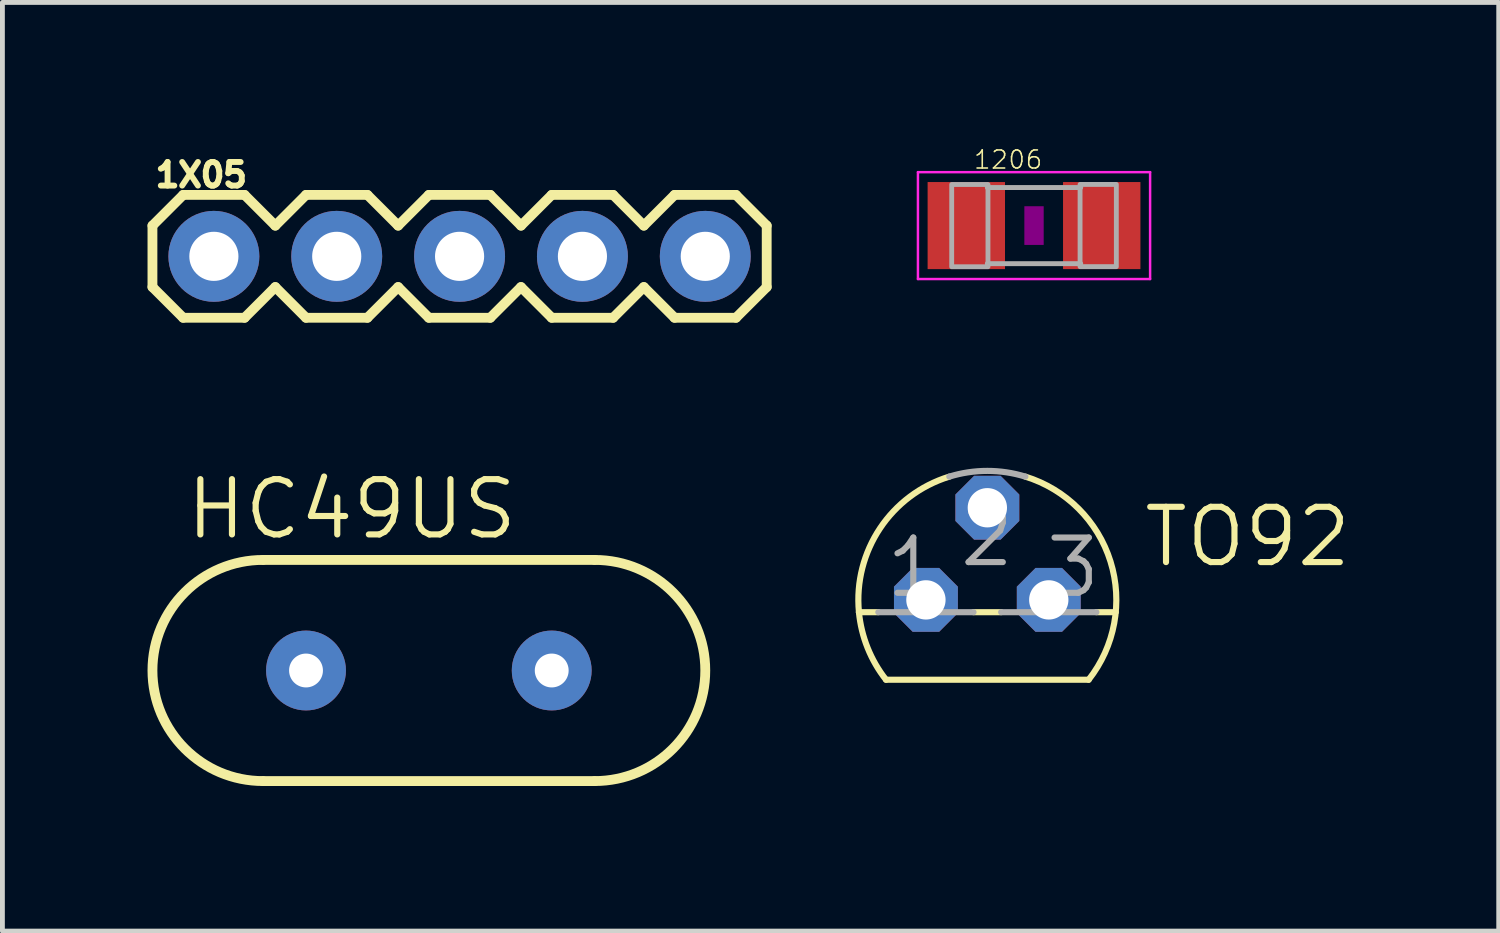
<source format=kicad_pcb>
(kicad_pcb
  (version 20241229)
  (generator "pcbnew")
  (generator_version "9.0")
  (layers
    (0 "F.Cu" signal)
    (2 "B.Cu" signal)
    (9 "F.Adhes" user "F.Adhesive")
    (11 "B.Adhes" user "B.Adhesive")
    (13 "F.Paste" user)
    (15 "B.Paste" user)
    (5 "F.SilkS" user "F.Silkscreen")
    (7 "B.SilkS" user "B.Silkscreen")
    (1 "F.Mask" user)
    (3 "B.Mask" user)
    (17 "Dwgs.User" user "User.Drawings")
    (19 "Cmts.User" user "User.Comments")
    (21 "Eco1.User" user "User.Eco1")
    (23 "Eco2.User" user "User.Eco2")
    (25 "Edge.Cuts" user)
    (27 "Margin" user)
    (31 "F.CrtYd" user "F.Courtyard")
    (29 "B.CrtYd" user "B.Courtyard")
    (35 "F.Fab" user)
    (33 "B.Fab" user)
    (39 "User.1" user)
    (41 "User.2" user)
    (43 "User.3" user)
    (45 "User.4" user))
  (footprint "TO92"
    (layer "F.Cu")
    (at 17.364 9.353)
    (property "Reference" "TO92" (at 3.175 -0.635 0) (layer "F.SilkS") (effects (font (size 1.143 1.143) (thickness 0.127)) (justify left bottom)))
    (fp_line (start -2.655 0.254) (end -2.254 0.254) (stroke (width 0.127) (type solid)) (layer "F.SilkS"))
    (fp_line (start -2.095 1.651) (end 2.095 1.651) (stroke (width 0.127) (type solid)) (layer "F.SilkS"))
    (fp_line (start -0.286 0.254) (end 0.286 0.254) (stroke (width 0.127) (type solid)) (layer "F.SilkS"))
    (fp_line (start 2.254 0.254) (end 2.655 0.254) (stroke (width 0.127) (type solid)) (layer "F.SilkS"))
    (fp_arc (start -2.6549 0.254) (mid -2.219001 -1.479566) (end -0.786299 -2.548501) (stroke (width 0.127) (type solid)) (layer "F.SilkS"))
    (fp_arc (start -2.0946 1.651) (mid -2.475347 0.992847) (end -2.654901 0.254) (stroke (width 0.127) (type solid)) (layer "F.SilkS"))
    (fp_arc (start 0.7863 -2.5484) (mid 2.546275 -0.793203) (end 2.094499 1.651) (stroke (width 0.127) (type solid)) (layer "F.SilkS"))
    (fp_line (start -2.254 0.254) (end -0.286 0.254) (stroke (width 0.127) (type solid)) (layer "F.Fab"))
    (fp_line (start 0.286 0.254) (end 2.254 0.254) (stroke (width 0.127) (type solid)) (layer "F.Fab"))
    (fp_arc (start -0.7863 -2.5485) (mid 0 -2.667043) (end 0.7863 -2.5485) (stroke (width 0.127) (type solid)) (layer "F.Fab"))
    (fp_text user "1" (at -2.159 0 0) (layer "F.Fab") (effects (font (size 1.143 1.143) (thickness 0.127)) (justify left bottom)))
    (fp_text user "2" (at -0.635 -0.635 0) (layer "F.Fab") (effects (font (size 1.143 1.143) (thickness 0.127)) (justify left bottom)))
    (fp_text user "3" (at 1.143 0 0) (layer "F.Fab") (effects (font (size 1.143 1.143) (thickness 0.127)) (justify left bottom)))
    (pad "1" thru_hole roundrect (at -1.27 0) (size 1.321 1.321) (drill 0.813) (layers "*.Cu" "*.Mask") (roundrect_rratio 0.25) (chamfer_ratio 0.293) (chamfer top_left top_right bottom_left bottom_right))
    (pad "2" thru_hole roundrect (at 0 -1.905) (size 1.321 1.321) (drill 0.813) (layers "*.Cu" "*.Mask") (roundrect_rratio 0.25) (chamfer_ratio 0.293) (chamfer top_left top_right bottom_left bottom_right))
    (pad "3" thru_hole roundrect (at 1.27 0) (size 1.321 1.321) (drill 0.813) (layers "*.Cu" "*.Mask") (roundrect_rratio 0.25) (chamfer_ratio 0.293) (chamfer top_left top_right bottom_left bottom_right)))
  (footprint "HC49US"
    (layer "F.Cu")
    (at 5.817 10.813)
    (property "Reference" "HC49US" (at -5.08 -2.667 0) (layer "F.SilkS") (effects (font (size 1.143 1.143) (thickness 0.127)) (justify left bottom)))
    (fp_line (start -3.429 2.286) (end 3.429 2.286) (stroke (width 0.203) (type solid)) (layer "F.SilkS"))
    (fp_line (start 3.429 -2.286) (end -3.429 -2.286) (stroke (width 0.203) (type solid)) (layer "F.SilkS"))
    (fp_arc (start -3.429 2.286) (mid -5.715 0) (end -3.429 -2.286) (stroke (width 0.2032) (type solid)) (layer "F.SilkS"))
    (fp_arc (start 3.429 -2.286) (mid 5.715 0) (end 3.429 2.286) (stroke (width 0.2032) (type solid)) (layer "F.SilkS"))
    (pad "1" thru_hole circle (at -2.54 0 90) (size 1.651 1.651) (drill 0.7) (layers "*.Cu" "*.Mask"))
    (pad "2" thru_hole circle (at 2.54 0 90) (size 1.651 1.651) (drill 0.7) (layers "*.Cu" "*.Mask")))
  (footprint "1X05"
    (layer "F.Cu")
    (at 1.372 2.25)
    (property "Reference" "1X05" (at -1.27 -1.397 0) (layer "F.SilkS") (effects (font (size 0.488 0.488) (thickness 0.122)) (justify left bottom)))
    (fp_line (start -1.27 -0.635) (end -1.27 0.635) (stroke (width 0.203) (type solid)) (layer "F.SilkS"))
    (fp_line (start -1.27 0.635) (end -0.635 1.27) (stroke (width 0.203) (type solid)) (layer "F.SilkS"))
    (fp_line (start -0.635 -1.27) (end -1.27 -0.635) (stroke (width 0.203) (type solid)) (layer "F.SilkS"))
    (fp_line (start -0.635 -1.27) (end 0.635 -1.27) (stroke (width 0.203) (type solid)) (layer "F.SilkS"))
    (fp_line (start 0.635 -1.27) (end 1.27 -0.635) (stroke (width 0.203) (type solid)) (layer "F.SilkS"))
    (fp_line (start 0.635 1.27) (end -0.635 1.27) (stroke (width 0.203) (type solid)) (layer "F.SilkS"))
    (fp_line (start 1.27 -0.635) (end 1.905 -1.27) (stroke (width 0.203) (type solid)) (layer "F.SilkS"))
    (fp_line (start 1.27 0.635) (end 0.635 1.27) (stroke (width 0.203) (type solid)) (layer "F.SilkS"))
    (fp_line (start 1.905 -1.27) (end 3.175 -1.27) (stroke (width 0.203) (type solid)) (layer "F.SilkS"))
    (fp_line (start 1.905 1.27) (end 1.27 0.635) (stroke (width 0.203) (type solid)) (layer "F.SilkS"))
    (fp_line (start 3.175 -1.27) (end 3.81 -0.635) (stroke (width 0.203) (type solid)) (layer "F.SilkS"))
    (fp_line (start 3.175 1.27) (end 1.905 1.27) (stroke (width 0.203) (type solid)) (layer "F.SilkS"))
    (fp_line (start 3.81 -0.635) (end 4.445 -1.27) (stroke (width 0.203) (type solid)) (layer "F.SilkS"))
    (fp_line (start 3.81 0.635) (end 3.175 1.27) (stroke (width 0.203) (type solid)) (layer "F.SilkS"))
    (fp_line (start 4.445 -1.27) (end 5.715 -1.27) (stroke (width 0.203) (type solid)) (layer "F.SilkS"))
    (fp_line (start 4.445 1.27) (end 3.81 0.635) (stroke (width 0.203) (type solid)) (layer "F.SilkS"))
    (fp_line (start 5.715 -1.27) (end 6.35 -0.635) (stroke (width 0.203) (type solid)) (layer "F.SilkS"))
    (fp_line (start 5.715 1.27) (end 4.445 1.27) (stroke (width 0.203) (type solid)) (layer "F.SilkS"))
    (fp_line (start 6.35 0.635) (end 5.715 1.27) (stroke (width 0.203) (type solid)) (layer "F.SilkS"))
    (fp_line (start 6.35 0.635) (end 6.985 1.27) (stroke (width 0.203) (type solid)) (layer "F.SilkS"))
    (fp_line (start 6.985 -1.27) (end 6.35 -0.635) (stroke (width 0.203) (type solid)) (layer "F.SilkS"))
    (fp_line (start 6.985 -1.27) (end 8.255 -1.27) (stroke (width 0.203) (type solid)) (layer "F.SilkS"))
    (fp_line (start 8.255 -1.27) (end 8.89 -0.635) (stroke (width 0.203) (type solid)) (layer "F.SilkS"))
    (fp_line (start 8.255 1.27) (end 6.985 1.27) (stroke (width 0.203) (type solid)) (layer "F.SilkS"))
    (fp_line (start 8.89 -0.635) (end 9.525 -1.27) (stroke (width 0.203) (type solid)) (layer "F.SilkS"))
    (fp_line (start 8.89 0.635) (end 8.255 1.27) (stroke (width 0.203) (type solid)) (layer "F.SilkS"))
    (fp_line (start 9.525 -1.27) (end 10.795 -1.27) (stroke (width 0.203) (type solid)) (layer "F.SilkS"))
    (fp_line (start 9.525 1.27) (end 8.89 0.635) (stroke (width 0.203) (type solid)) (layer "F.SilkS"))
    (fp_line (start 10.795 -1.27) (end 11.43 -0.635) (stroke (width 0.203) (type solid)) (layer "F.SilkS"))
    (fp_line (start 10.795 1.27) (end 9.525 1.27) (stroke (width 0.203) (type solid)) (layer "F.SilkS"))
    (fp_line (start 11.43 -0.635) (end 11.43 0.635) (stroke (width 0.203) (type solid)) (layer "F.SilkS"))
    (fp_line (start 11.43 0.635) (end 10.795 1.27) (stroke (width 0.203) (type solid)) (layer "F.SilkS"))
    (fp_poly (pts (xy -0.254 0.254) (xy 0.254 0.254) (xy 0.254 -0.254) (xy -0.254 -0.254)) (stroke (width 0.1) (type default)) (fill no) (layer "F.Fab"))
    (fp_poly (pts (xy 2.286 0.254) (xy 2.794 0.254) (xy 2.794 -0.254) (xy 2.286 -0.254)) (stroke (width 0.1) (type default)) (fill no) (layer "F.Fab"))
    (fp_poly (pts (xy 4.826 0.254) (xy 5.334 0.254) (xy 5.334 -0.254) (xy 4.826 -0.254)) (stroke (width 0.1) (type default)) (fill no) (layer "F.Fab"))
    (fp_poly (pts (xy 7.366 0.254) (xy 7.874 0.254) (xy 7.874 -0.254) (xy 7.366 -0.254)) (stroke (width 0.1) (type default)) (fill no) (layer "F.Fab"))
    (fp_poly (pts (xy 9.906 0.254) (xy 10.414 0.254) (xy 10.414 -0.254) (xy 9.906 -0.254)) (stroke (width 0.1) (type default)) (fill no) (layer "F.Fab"))
    (pad "1" thru_hole circle (at 0 0 90) (size 1.88 1.88) (drill 1.016) (layers "*.Cu" "*.Mask"))
    (pad "2" thru_hole circle (at 2.54 0 90) (size 1.88 1.88) (drill 1.016) (layers "*.Cu" "*.Mask"))
    (pad "3" thru_hole circle (at 5.08 0 90) (size 1.88 1.88) (drill 1.016) (layers "*.Cu" "*.Mask"))
    (pad "4" thru_hole circle (at 7.62 0 90) (size 1.88 1.88) (drill 1.016) (layers "*.Cu" "*.Mask"))
    (pad "5" thru_hole circle (at 10.16 0 90) (size 1.88 1.88) (drill 1.016) (layers "*.Cu" "*.Mask")))
  (footprint "1206"
    (layer "F.Cu")
    (at 18.329 1.614)
    (property "Reference" "1206" (at -1.27 -1.143 0) (layer "F.SilkS") (effects (font (size 0.374 0.374) (thickness 0.033)) (justify left bottom)))
    (fp_poly (pts (xy -0.2 0.4) (xy 0.2 0.4) (xy 0.2 -0.4) (xy -0.2 -0.4)) (stroke (width 0) (type default)) (fill yes) (layer "F.Adhes"))
    (fp_line (start -2.4 -1.105) (end 2.4 -1.105) (stroke (width 0.051) (type solid)) (layer "F.CrtYd"))
    (fp_line (start -2.4 1.105) (end -2.4 -1.105) (stroke (width 0.051) (type solid)) (layer "F.CrtYd"))
    (fp_line (start 2.4 -1.105) (end 2.4 1.105) (stroke (width 0.051) (type solid)) (layer "F.CrtYd"))
    (fp_line (start 2.4 1.105) (end -2.4 1.105) (stroke (width 0.051) (type solid)) (layer "F.CrtYd"))
    (fp_line (start -0.965 -0.787) (end 0.965 -0.787) (stroke (width 0.102) (type solid)) (layer "F.Fab"))
    (fp_line (start -0.965 0.787) (end 0.965 0.787) (stroke (width 0.102) (type solid)) (layer "F.Fab"))
    (fp_poly (pts (xy -1.702 0.851) (xy -0.952 0.851) (xy -0.952 -0.849) (xy -1.702 -0.849)) (stroke (width 0.1) (type default)) (fill no) (layer "F.Fab"))
    (fp_poly (pts (xy 0.952 0.849) (xy 1.702 0.849) (xy 1.702 -0.851) (xy 0.952 -0.851)) (stroke (width 0.1) (type default)) (fill no) (layer "F.Fab"))
    (pad "1" smd rect (at -1.4 0) (size 1.6 1.8) (layers "F.Cu" "F.Mask" "F.Paste"))
    (pad "2" smd rect (at 1.4 0) (size 1.6 1.8) (layers "F.Cu" "F.Mask" "F.Paste")))
  (gr_rect
    (start -3 -3)
    (end 27.937 16.201)
    (stroke (width 0.1) (type default))
    (fill no)
    (layer "Edge.Cuts")))
</source>
